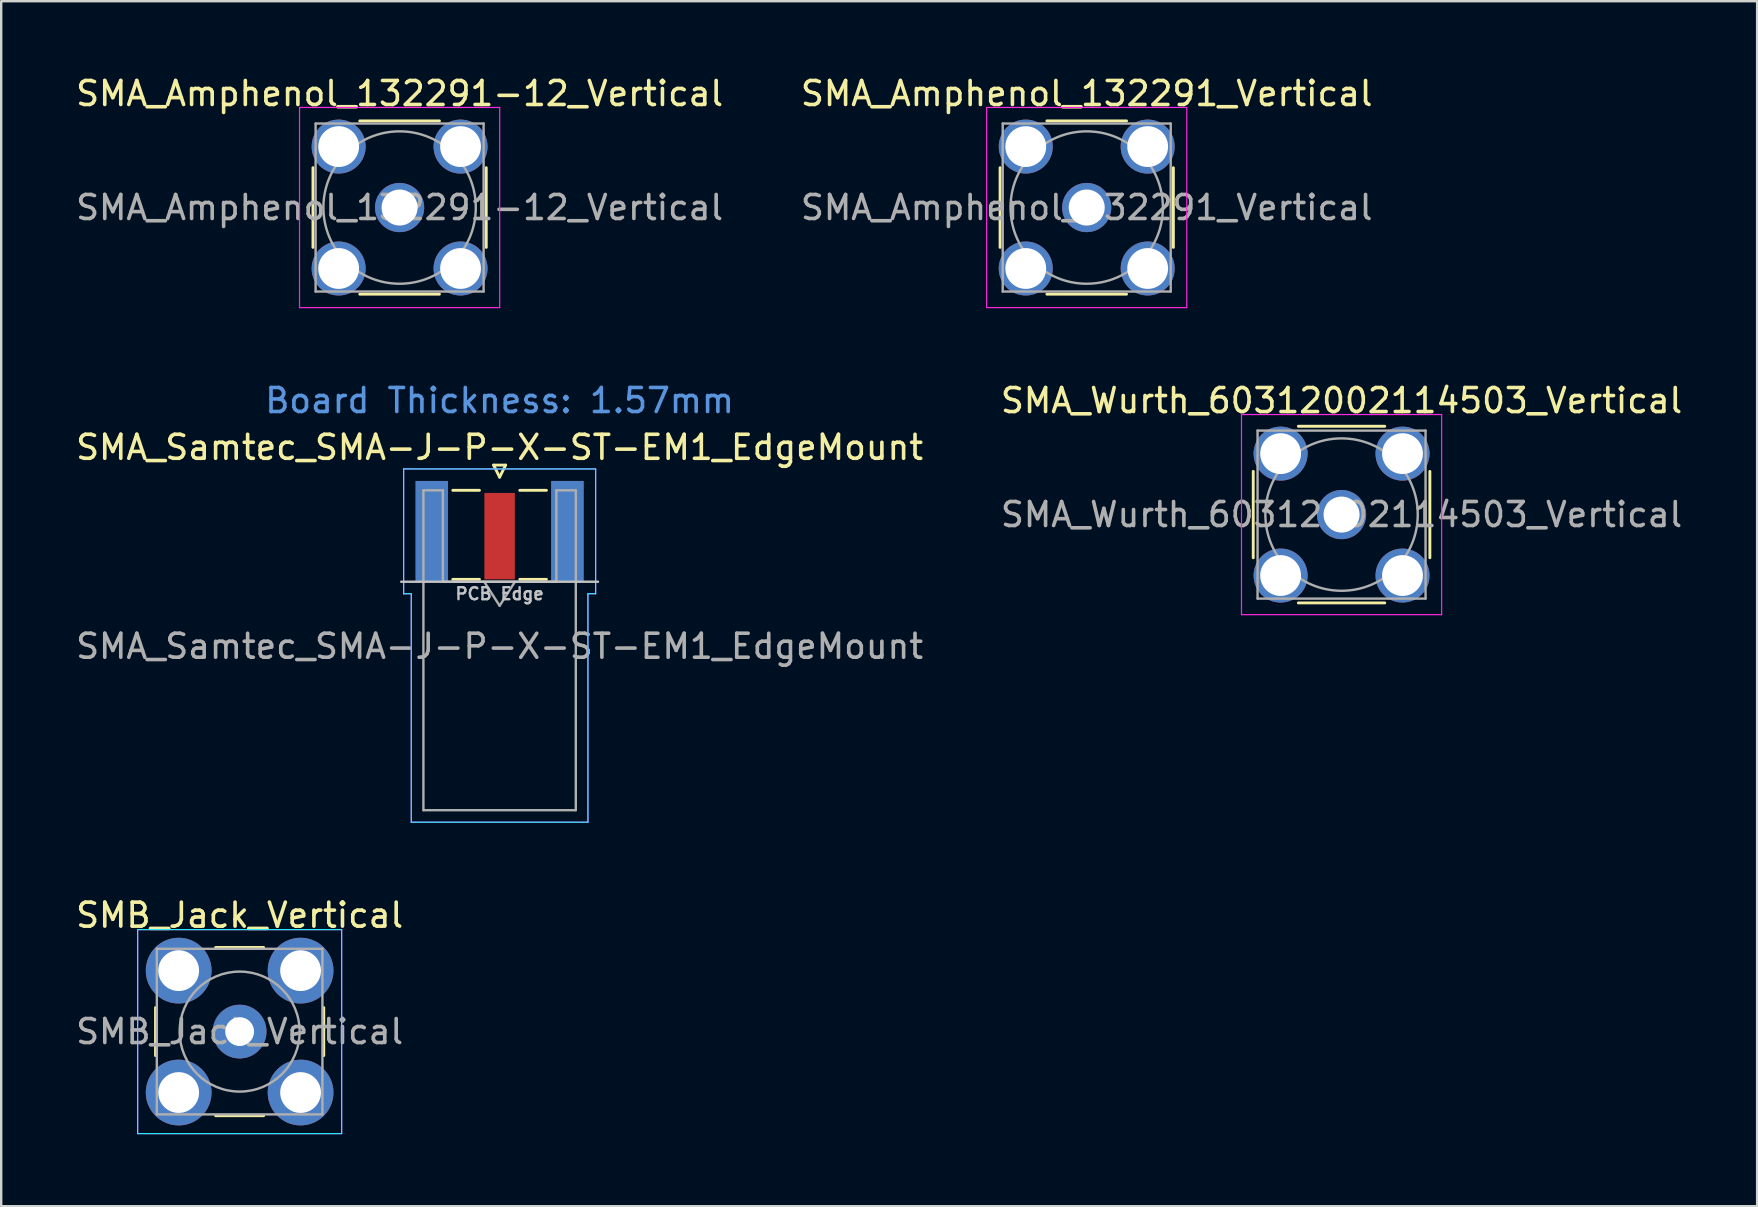
<source format=kicad_pcb>
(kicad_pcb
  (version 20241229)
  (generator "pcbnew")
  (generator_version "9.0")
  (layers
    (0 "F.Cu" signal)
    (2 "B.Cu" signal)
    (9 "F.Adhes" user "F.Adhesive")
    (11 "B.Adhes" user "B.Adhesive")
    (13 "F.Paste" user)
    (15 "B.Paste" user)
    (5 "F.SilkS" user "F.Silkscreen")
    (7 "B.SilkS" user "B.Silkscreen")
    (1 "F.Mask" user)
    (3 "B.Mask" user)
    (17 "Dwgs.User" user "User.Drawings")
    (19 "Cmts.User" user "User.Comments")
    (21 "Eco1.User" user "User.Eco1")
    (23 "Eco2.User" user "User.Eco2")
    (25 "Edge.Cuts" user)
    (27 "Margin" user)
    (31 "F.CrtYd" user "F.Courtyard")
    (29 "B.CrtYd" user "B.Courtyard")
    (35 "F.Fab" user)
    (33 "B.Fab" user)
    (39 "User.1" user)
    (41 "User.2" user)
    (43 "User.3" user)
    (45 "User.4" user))
  (footprint "SMA_Samtec_SMA-J-P-X-ST-EM1_EdgeMount"
    (layer "F.Cu")
    (at 17.768 19.091)
    (property "Reference" "SMA_Samtec_SMA-J-P-X-ST-EM1_EdgeMount" (at 0 -3.5 0) (layer "F.SilkS") (effects (font (size 1 1) (thickness 0.15))))
    (attr smd)
    (fp_line (start -1.95 -1.71) (end -0.84 -1.71) (stroke (width 0.12) (type solid)) (layer "F.SilkS"))
    (fp_line (start -1.95 2) (end -0.84 2) (stroke (width 0.12) (type solid)) (layer "F.SilkS"))
    (fp_line (start -0.25 -2.76) (end 0 -2.26) (stroke (width 0.12) (type solid)) (layer "F.SilkS"))
    (fp_line (start 0 -2.26) (end 0.25 -2.76) (stroke (width 0.12) (type solid)) (layer "F.SilkS"))
    (fp_line (start 0.25 -2.76) (end -0.25 -2.76) (stroke (width 0.12) (type solid)) (layer "F.SilkS"))
    (fp_line (start 0.84 -1.71) (end 1.95 -1.71) (stroke (width 0.12) (type solid)) (layer "F.SilkS"))
    (fp_line (start 0.84 2) (end 1.95 2) (stroke (width 0.12) (type solid)) (layer "F.SilkS"))
    (fp_line (start 4.1 2.1) (end -4.1 2.1) (stroke (width 0.1) (type solid)) (layer "Dwgs.User"))
    (fp_line (start -4 -2.6) (end 4 -2.6) (stroke (width 0.05) (type solid)) (layer "B.CrtYd"))
    (fp_line (start -4 2.6) (end -4 -2.6) (stroke (width 0.05) (type solid)) (layer "B.CrtYd"))
    (fp_line (start -3.68 2.6) (end -4 2.6) (stroke (width 0.05) (type solid)) (layer "B.CrtYd"))
    (fp_line (start -3.68 12.12) (end -3.68 2.6) (stroke (width 0.05) (type solid)) (layer "B.CrtYd"))
    (fp_line (start 3.68 2.6) (end 3.68 12.12) (stroke (width 0.05) (type solid)) (layer "B.CrtYd"))
    (fp_line (start 3.68 12.12) (end -3.68 12.12) (stroke (width 0.05) (type solid)) (layer "B.CrtYd"))
    (fp_line (start 4 2.6) (end 3.68 2.6) (stroke (width 0.05) (type solid)) (layer "B.CrtYd"))
    (fp_line (start 4 2.6) (end 4 -2.6) (stroke (width 0.05) (type solid)) (layer "B.CrtYd"))
    (fp_line (start -4 -2.6) (end 4 -2.6) (stroke (width 0.05) (type solid)) (layer "F.CrtYd"))
    (fp_line (start -4 2.6) (end -4 -2.6) (stroke (width 0.05) (type solid)) (layer "F.CrtYd"))
    (fp_line (start -3.68 2.6) (end -4 2.6) (stroke (width 0.05) (type solid)) (layer "F.CrtYd"))
    (fp_line (start -3.68 12.12) (end -3.68 2.6) (stroke (width 0.05) (type solid)) (layer "F.CrtYd"))
    (fp_line (start 3.68 2.6) (end 3.68 12.12) (stroke (width 0.05) (type solid)) (layer "F.CrtYd"))
    (fp_line (start 3.68 2.6) (end 4 2.6) (stroke (width 0.05) (type solid)) (layer "F.CrtYd"))
    (fp_line (start 3.68 12.12) (end -3.68 12.12) (stroke (width 0.05) (type solid)) (layer "F.CrtYd"))
    (fp_line (start 4 2.6) (end 4 -2.6) (stroke (width 0.05) (type solid)) (layer "F.CrtYd"))
    (fp_line (start -3.175 -1.71) (end -3.175 11.62) (stroke (width 0.1) (type solid)) (layer "F.Fab"))
    (fp_line (start -2.365 -1.71) (end -3.175 -1.71) (stroke (width 0.1) (type solid)) (layer "F.Fab"))
    (fp_line (start -2.365 2.1) (end -2.365 -1.71) (stroke (width 0.1) (type solid)) (layer "F.Fab"))
    (fp_line (start 0 3.1) (end -0.64 2.1) (stroke (width 0.1) (type solid)) (layer "F.Fab"))
    (fp_line (start 0.64 2.1) (end 0 3.1) (stroke (width 0.1) (type solid)) (layer "F.Fab"))
    (fp_line (start 2.365 -1.71) (end 2.365 2.1) (stroke (width 0.1) (type solid)) (layer "F.Fab"))
    (fp_line (start 2.365 2.1) (end -2.365 2.1) (stroke (width 0.1) (type solid)) (layer "F.Fab"))
    (fp_line (start 3.165 11.62) (end -3.165 11.62) (stroke (width 0.1) (type solid)) (layer "F.Fab"))
    (fp_line (start 3.175 -1.71) (end 2.365 -1.71) (stroke (width 0.1) (type solid)) (layer "F.Fab"))
    (fp_line (start 3.175 -1.71) (end 3.175 11.62) (stroke (width 0.1) (type solid)) (layer "F.Fab"))
    (fp_text user "PCB Edge" (at 0 2.6 0) (layer "Dwgs.User") (effects (font (size 0.5 0.5) (thickness 0.1))))
    (fp_text user "Board Thickness: 1.57mm" (at 0 -5.45 0) (layer "Cmts.User") (effects (font (size 1 1) (thickness 0.15))))
    (fp_text user "${REFERENCE}" (at 0 4.79 180) (layer "F.Fab") (effects (font (size 1 1) (thickness 0.15))))
    (pad "1" smd rect (at 0 0.2) (size 1.27 3.6) (layers "F.Cu" "F.Mask" "F.Paste"))
    (pad "2" smd rect (at -2.825 0) (size 1.35 4.2) (layers "F.Cu" "F.Mask" "F.Paste"))
    (pad "2" smd rect (at -2.825 0) (size 1.35 4.2) (layers "B.Cu" "B.Mask" "B.Paste"))
    (pad "2" smd rect (at 2.825 0) (size 1.35 4.2) (layers "F.Cu" "F.Mask" "F.Paste"))
    (pad "2" smd rect (at 2.825 0) (size 1.35 4.2) (layers "B.Cu" "B.Mask" "B.Paste")))
  (footprint "SMA_Wurth_60312002114503_Vertical"
    (layer "F.Cu")
    (at 52.851 18.392)
    (property "Reference" "SMA_Wurth_60312002114503_Vertical" (at 0 -4.75 0) (layer "F.SilkS") (effects (font (size 1 1) (thickness 0.15))))
    (attr through_hole)
    (fp_line (start -3.68 -1.8) (end -3.68 1.8) (stroke (width 0.12) (type solid)) (layer "F.SilkS"))
    (fp_line (start -1.8 -3.68) (end 1.8 -3.68) (stroke (width 0.12) (type solid)) (layer "F.SilkS"))
    (fp_line (start -1.8 3.68) (end 1.8 3.68) (stroke (width 0.12) (type solid)) (layer "F.SilkS"))
    (fp_line (start 3.68 -1.8) (end 3.68 1.8) (stroke (width 0.12) (type solid)) (layer "F.SilkS"))
    (fp_line (start -4.17 -4.17) (end -4.17 4.17) (stroke (width 0.05) (type solid)) (layer "F.CrtYd"))
    (fp_line (start -4.17 -4.17) (end 4.17 -4.17) (stroke (width 0.05) (type solid)) (layer "F.CrtYd"))
    (fp_line (start 4.17 4.17) (end -4.17 4.17) (stroke (width 0.05) (type solid)) (layer "F.CrtYd"))
    (fp_line (start 4.17 4.17) (end 4.17 -4.17) (stroke (width 0.05) (type solid)) (layer "F.CrtYd"))
    (fp_line (start -3.5 -3.5) (end -3.5 3.5) (stroke (width 0.1) (type solid)) (layer "F.Fab"))
    (fp_line (start -3.5 -3.5) (end 3.5 -3.5) (stroke (width 0.1) (type solid)) (layer "F.Fab"))
    (fp_line (start -3.5 3.5) (end 3.5 3.5) (stroke (width 0.1) (type solid)) (layer "F.Fab"))
    (fp_line (start 3.5 -3.5) (end 3.5 3.5) (stroke (width 0.1) (type solid)) (layer "F.Fab"))
    (fp_circle (center 0 0) (end 3.175 0) (stroke (width 0.1) (type solid)) (fill no) (layer "F.Fab"))
    (fp_text user "${REFERENCE}" (at 0 0 0) (layer "F.Fab") (effects (font (size 1 1) (thickness 0.15))))
    (pad "1" thru_hole circle (at 0 0) (size 2.05 2.05) (drill 1.5) (layers "*.Cu" "*.Mask"))
    (pad "2" thru_hole circle (at -2.54 -2.54) (size 2.25 2.25) (drill 1.7) (layers "*.Cu" "*.Mask"))
    (pad "2" thru_hole circle (at -2.54 2.54) (size 2.25 2.25) (drill 1.7) (layers "*.Cu" "*.Mask"))
    (pad "2" thru_hole circle (at 2.54 -2.54) (size 2.25 2.25) (drill 1.7) (layers "*.Cu" "*.Mask"))
    (pad "2" thru_hole circle (at 2.54 2.54) (size 2.25 2.25) (drill 1.7) (layers "*.Cu" "*.Mask")))
  (footprint "SMA_Amphenol_132291-12_Vertical"
    (layer "F.Cu")
    (at 13.601 5.598)
    (property "Reference" "SMA_Amphenol_132291-12_Vertical" (at 0 -4.75 0) (layer "F.SilkS") (effects (font (size 1 1) (thickness 0.15))))
    (attr through_hole)
    (fp_line (start -3.61 -1.66) (end -3.61 1.66) (stroke (width 0.12) (type solid)) (layer "F.SilkS"))
    (fp_line (start 1.66 -3.61) (end -1.66 -3.61) (stroke (width 0.12) (type solid)) (layer "F.SilkS"))
    (fp_line (start 1.66 3.61) (end -1.66 3.61) (stroke (width 0.12) (type solid)) (layer "F.SilkS"))
    (fp_line (start 3.61 -1.66) (end 3.61 1.66) (stroke (width 0.12) (type solid)) (layer "F.SilkS"))
    (fp_line (start -4.17 -4.17) (end -4.17 4.17) (stroke (width 0.05) (type solid)) (layer "F.CrtYd"))
    (fp_line (start -4.17 -4.17) (end 4.17 -4.17) (stroke (width 0.05) (type solid)) (layer "F.CrtYd"))
    (fp_line (start 4.17 4.17) (end -4.17 4.17) (stroke (width 0.05) (type solid)) (layer "F.CrtYd"))
    (fp_line (start 4.17 4.17) (end 4.17 -4.17) (stroke (width 0.05) (type solid)) (layer "F.CrtYd"))
    (fp_line (start -3.5 -3.5) (end -3.5 3.5) (stroke (width 0.1) (type solid)) (layer "F.Fab"))
    (fp_line (start -3.5 -3.5) (end 3.5 -3.5) (stroke (width 0.1) (type solid)) (layer "F.Fab"))
    (fp_line (start -3.5 3.5) (end 3.5 3.5) (stroke (width 0.1) (type solid)) (layer "F.Fab"))
    (fp_line (start 3.5 -3.5) (end 3.5 3.5) (stroke (width 0.1) (type solid)) (layer "F.Fab"))
    (fp_circle (center 0 0) (end 3.175 0) (stroke (width 0.1) (type solid)) (fill no) (layer "F.Fab"))
    (fp_text user "${REFERENCE}" (at 0 0 0) (layer "F.Fab") (effects (font (size 1 1) (thickness 0.15))))
    (pad "1" thru_hole circle (at 0 0) (size 2.05 2.05) (drill 1.5) (layers "*.Cu" "*.Mask"))
    (pad "2" thru_hole circle (at -2.54 -2.54) (size 2.25 2.25) (drill 1.7) (layers "*.Cu" "*.Mask"))
    (pad "2" thru_hole circle (at -2.54 2.54) (size 2.25 2.25) (drill 1.7) (layers "*.Cu" "*.Mask"))
    (pad "2" thru_hole circle (at 2.54 -2.54) (size 2.25 2.25) (drill 1.7) (layers "*.Cu" "*.Mask"))
    (pad "2" thru_hole circle (at 2.54 2.54) (size 2.25 2.25) (drill 1.7) (layers "*.Cu" "*.Mask")))
  (footprint "SMB_Jack_Vertical"
    (layer "F.Cu")
    (at 6.935 39.935)
    (property "Reference" "SMB_Jack_Vertical" (at 0 -4.85 0) (layer "F.SilkS") (effects (font (size 1 1) (thickness 0.15))))
    (attr through_hole)
    (fp_line (start -3.505 1) (end -3.505 -1) (stroke (width 0.12) (type solid)) (layer "F.SilkS"))
    (fp_line (start -1 -3.505) (end 1 -3.505) (stroke (width 0.12) (type solid)) (layer "F.SilkS"))
    (fp_line (start 1 3.505) (end -1 3.505) (stroke (width 0.12) (type solid)) (layer "F.SilkS"))
    (fp_line (start 3.505 -1) (end 3.505 1) (stroke (width 0.12) (type solid)) (layer "F.SilkS"))
    (fp_line (start -4.25 -4.25) (end 4.25 -4.25) (stroke (width 0.05) (type solid)) (layer "B.CrtYd"))
    (fp_line (start -4.25 4.25) (end -4.25 -4.25) (stroke (width 0.05) (type solid)) (layer "B.CrtYd"))
    (fp_line (start 4.25 -4.25) (end 4.25 4.25) (stroke (width 0.05) (type solid)) (layer "B.CrtYd"))
    (fp_line (start 4.25 4.25) (end -4.25 4.25) (stroke (width 0.05) (type solid)) (layer "B.CrtYd"))
    (fp_line (start -4.25 -4.25) (end 4.25 -4.25) (stroke (width 0.05) (type solid)) (layer "F.CrtYd"))
    (fp_line (start -4.25 4.25) (end -4.25 -4.25) (stroke (width 0.05) (type solid)) (layer "F.CrtYd"))
    (fp_line (start 4.25 -4.25) (end 4.25 4.25) (stroke (width 0.05) (type solid)) (layer "F.CrtYd"))
    (fp_line (start 4.25 4.25) (end -4.25 4.25) (stroke (width 0.05) (type solid)) (layer "F.CrtYd"))
    (fp_line (start -3.45 -3.45) (end -3.45 3.45) (stroke (width 0.1) (type solid)) (layer "F.Fab"))
    (fp_line (start -3.45 3.45) (end 3.45 3.45) (stroke (width 0.1) (type solid)) (layer "F.Fab"))
    (fp_line (start 3.45 -3.45) (end -3.45 -3.45) (stroke (width 0.1) (type solid)) (layer "F.Fab"))
    (fp_line (start 3.45 3.45) (end 3.45 -3.45) (stroke (width 0.1) (type solid)) (layer "F.Fab"))
    (fp_circle (center 0 0) (end 2.5 0) (stroke (width 0.1) (type solid)) (fill no) (layer "F.Fab"))
    (fp_text user "${REFERENCE}" (at 0 0 0) (layer "F.Fab") (effects (font (size 1 1) (thickness 0.15))))
    (pad "1" thru_hole circle (at 0 0) (size 2.24 2.24) (drill 1.2) (layers "*.Cu" "*.Mask"))
    (pad "2" thru_hole circle (at -2.54 -2.54) (size 2.74 2.74) (drill 1.7) (layers "*.Cu" "*.Mask"))
    (pad "2" thru_hole circle (at -2.54 2.54) (size 2.74 2.74) (drill 1.7) (layers "*.Cu" "*.Mask"))
    (pad "2" thru_hole circle (at 2.54 -2.54) (size 2.74 2.74) (drill 1.7) (layers "*.Cu" "*.Mask"))
    (pad "2" thru_hole circle (at 2.54 2.54) (size 2.74 2.74) (drill 1.7) (layers "*.Cu" "*.Mask")))
  (footprint "SMA_Amphenol_132291_Vertical"
    (layer "F.Cu")
    (at 42.232 5.598)
    (property "Reference" "SMA_Amphenol_132291_Vertical" (at 0 -4.75 0) (layer "F.SilkS") (effects (font (size 1 1) (thickness 0.15))))
    (attr through_hole)
    (fp_line (start -3.61 -1.66) (end -3.61 1.66) (stroke (width 0.12) (type solid)) (layer "F.SilkS"))
    (fp_line (start -1.66 -3.61) (end 1.66 -3.61) (stroke (width 0.12) (type solid)) (layer "F.SilkS"))
    (fp_line (start -1.66 3.61) (end 1.66 3.61) (stroke (width 0.12) (type solid)) (layer "F.SilkS"))
    (fp_line (start 3.61 -1.66) (end 3.61 1.66) (stroke (width 0.12) (type solid)) (layer "F.SilkS"))
    (fp_line (start -4.17 -4.17) (end -4.17 4.17) (stroke (width 0.05) (type solid)) (layer "F.CrtYd"))
    (fp_line (start -4.17 -4.17) (end 4.17 -4.17) (stroke (width 0.05) (type solid)) (layer "F.CrtYd"))
    (fp_line (start 4.17 4.17) (end -4.17 4.17) (stroke (width 0.05) (type solid)) (layer "F.CrtYd"))
    (fp_line (start 4.17 4.17) (end 4.17 -4.17) (stroke (width 0.05) (type solid)) (layer "F.CrtYd"))
    (fp_line (start -3.5 -3.5) (end -3.5 3.5) (stroke (width 0.1) (type solid)) (layer "F.Fab"))
    (fp_line (start -3.5 -3.5) (end 3.5 -3.5) (stroke (width 0.1) (type solid)) (layer "F.Fab"))
    (fp_line (start -3.5 3.5) (end 3.5 3.5) (stroke (width 0.1) (type solid)) (layer "F.Fab"))
    (fp_line (start 3.5 -3.5) (end 3.5 3.5) (stroke (width 0.1) (type solid)) (layer "F.Fab"))
    (fp_circle (center 0 0) (end 3.175 0) (stroke (width 0.1) (type solid)) (fill no) (layer "F.Fab"))
    (fp_text user "${REFERENCE}" (at 0 0 0) (layer "F.Fab") (effects (font (size 1 1) (thickness 0.15))))
    (pad "1" thru_hole circle (at 0 0) (size 2.05 2.05) (drill 1.5) (layers "*.Cu" "*.Mask"))
    (pad "2" thru_hole circle (at -2.54 -2.54) (size 2.25 2.25) (drill 1.7) (layers "*.Cu" "*.Mask"))
    (pad "2" thru_hole circle (at -2.54 2.54) (size 2.25 2.25) (drill 1.7) (layers "*.Cu" "*.Mask"))
    (pad "2" thru_hole circle (at 2.54 -2.54) (size 2.25 2.25) (drill 1.7) (layers "*.Cu" "*.Mask"))
    (pad "2" thru_hole circle (at 2.54 2.54) (size 2.25 2.25) (drill 1.7) (layers "*.Cu" "*.Mask")))
  (gr_rect
    (start -3 -3)
    (end 70.167 47.21)
    (stroke (width 0.1) (type default))
    (fill no)
    (layer "Edge.Cuts")))
</source>
